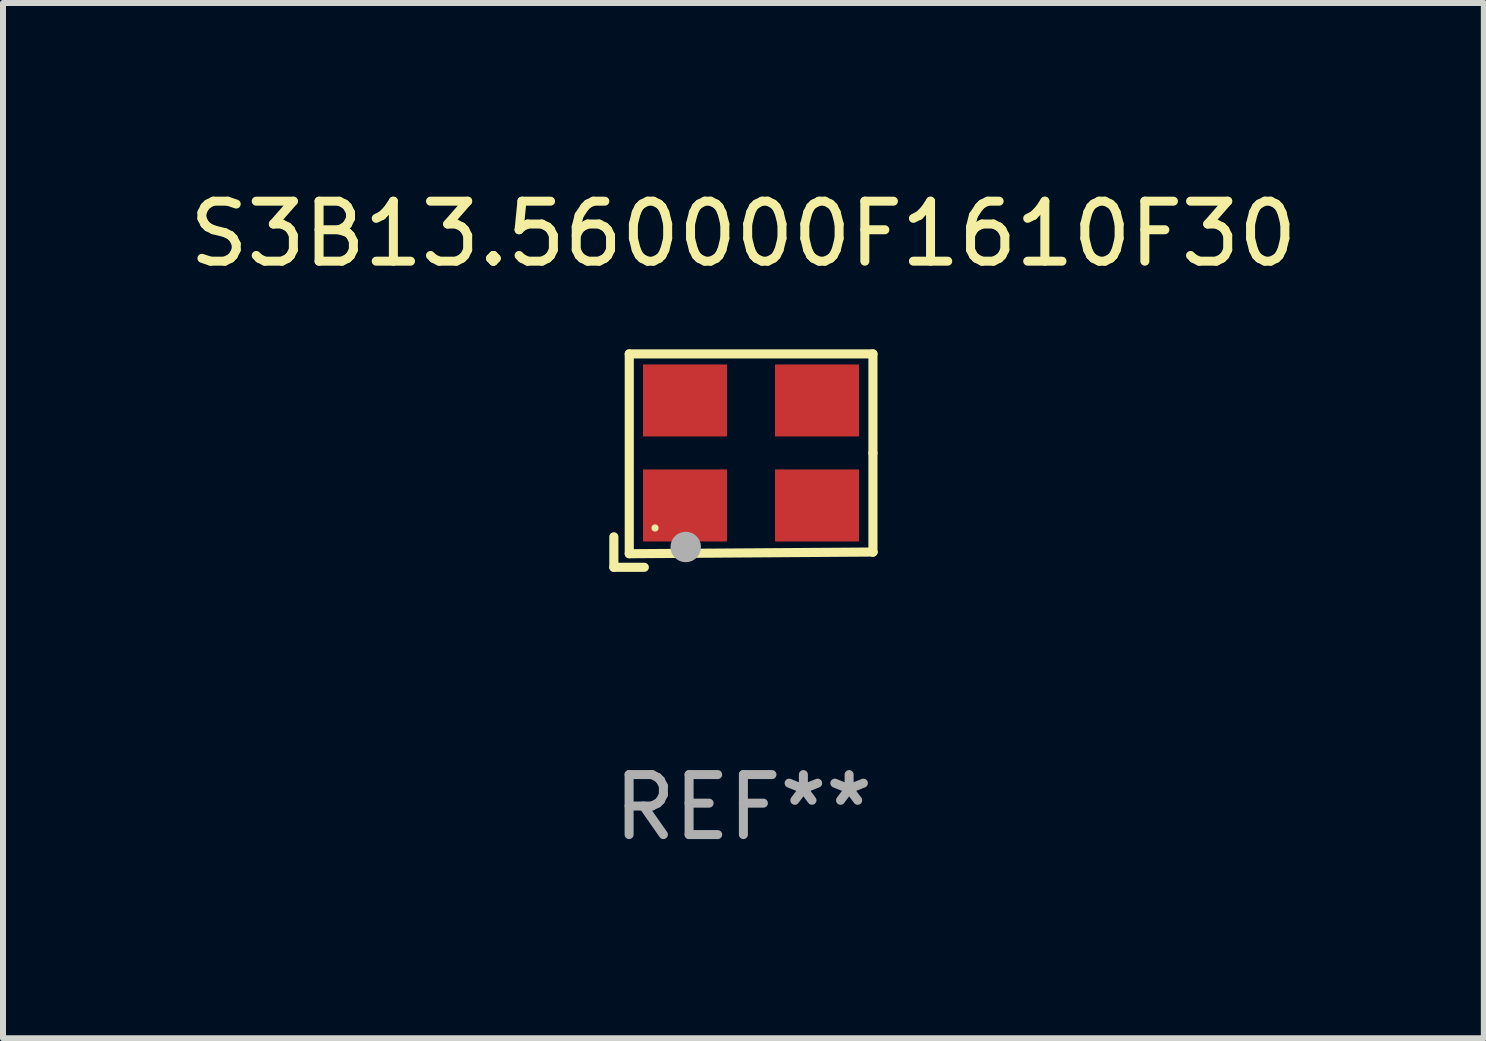
<source format=kicad_pcb>
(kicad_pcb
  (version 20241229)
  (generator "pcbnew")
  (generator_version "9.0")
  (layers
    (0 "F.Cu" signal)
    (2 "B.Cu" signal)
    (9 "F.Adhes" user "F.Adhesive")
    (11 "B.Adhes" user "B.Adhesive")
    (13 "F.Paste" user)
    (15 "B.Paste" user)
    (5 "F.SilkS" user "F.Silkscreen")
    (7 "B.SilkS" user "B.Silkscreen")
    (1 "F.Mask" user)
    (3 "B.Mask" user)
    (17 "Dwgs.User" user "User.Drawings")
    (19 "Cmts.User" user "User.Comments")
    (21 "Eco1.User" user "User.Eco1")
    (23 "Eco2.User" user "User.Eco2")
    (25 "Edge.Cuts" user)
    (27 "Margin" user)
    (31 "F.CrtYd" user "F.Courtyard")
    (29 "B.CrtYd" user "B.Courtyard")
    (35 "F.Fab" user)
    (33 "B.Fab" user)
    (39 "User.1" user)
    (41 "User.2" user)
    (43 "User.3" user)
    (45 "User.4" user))
  (footprint "S3B13.560000F1610F30"
    (layer "F.Cu")
    (at 9.339 4.626)
    (property "Reference" "S3B13.560000F1610F30" (at 0 -3.778 0) (layer "F.SilkS") (effects (font (size 1 1) (thickness 0.15))))
    (attr through_hole)
    (fp_line (start -2.159 1.27) (end -2.159 1.778) (stroke (width 0.152) (type solid)) (layer "F.SilkS"))
    (fp_line (start -2.159 1.778) (end -1.651 1.778) (stroke (width 0.152) (type solid)) (layer "F.SilkS"))
    (fp_line (start -1.902 -1.778) (end 2.159 -1.778) (stroke (width 0.152) (type solid)) (layer "F.SilkS"))
    (fp_line (start -1.902 1.552) (end -1.902 -1.778) (stroke (width 0.152) (type solid)) (layer "F.SilkS"))
    (fp_line (start 2.159 -1.778) (end 2.159 -0.127) (stroke (width 0.152) (type solid)) (layer "F.SilkS"))
    (fp_line (start 2.159 -0.127) (end 2.159 1.524) (stroke (width 0.152) (type solid)) (layer "F.SilkS"))
    (fp_line (start 2.159 1.524) (end -1.902 1.552) (stroke (width 0.152) (type solid)) (layer "F.SilkS"))
    (fp_line (start 2.159 1.524) (end 2.159 1.524) (stroke (width 0.152) (type solid)) (layer "F.SilkS"))
    (fp_circle (center -1.473 1.123) (end -1.443 1.123) (stroke (width 0.06) (type solid)) (fill no) (layer "F.SilkS"))
    (fp_circle (center -0.961 1.44) (end -0.834 1.44) (stroke (width 0.254) (type solid)) (fill no) (layer "F.Fab"))
    (fp_text user "REF**" (at 0 5.778 0) (layer "F.Fab") (effects (font (size 1 1) (thickness 0.15))))
    (pad "1" smd rect (at -0.973 0.748) (size 1.4 1.2) (layers "F.Cu" "F.Mask" "F.Paste"))
    (pad "2" smd rect (at 1.227 0.748) (size 1.4 1.2) (layers "F.Cu" "F.Mask" "F.Paste"))
    (pad "3" smd rect (at 1.227 -1.002) (size 1.4 1.2) (layers "F.Cu" "F.Mask" "F.Paste"))
    (pad "4" smd rect (at -0.973 -1.002) (size 1.4 1.2) (layers "F.Cu" "F.Mask" "F.Paste")))
  (gr_rect
    (start -3 -3)
    (end 21.679 14.253)
    (stroke (width 0.1) (type default))
    (fill no)
    (layer "Edge.Cuts")))
</source>
